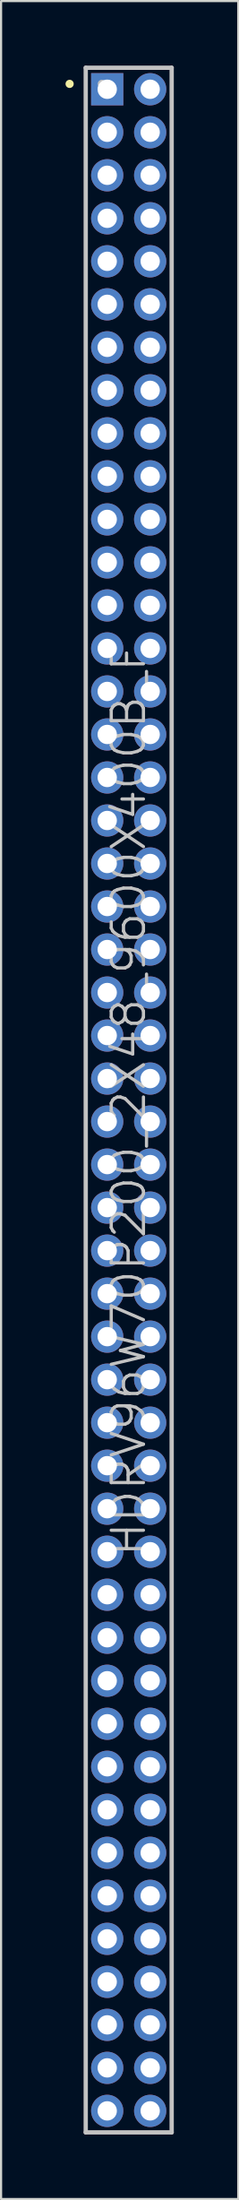
<source format=kicad_pcb>
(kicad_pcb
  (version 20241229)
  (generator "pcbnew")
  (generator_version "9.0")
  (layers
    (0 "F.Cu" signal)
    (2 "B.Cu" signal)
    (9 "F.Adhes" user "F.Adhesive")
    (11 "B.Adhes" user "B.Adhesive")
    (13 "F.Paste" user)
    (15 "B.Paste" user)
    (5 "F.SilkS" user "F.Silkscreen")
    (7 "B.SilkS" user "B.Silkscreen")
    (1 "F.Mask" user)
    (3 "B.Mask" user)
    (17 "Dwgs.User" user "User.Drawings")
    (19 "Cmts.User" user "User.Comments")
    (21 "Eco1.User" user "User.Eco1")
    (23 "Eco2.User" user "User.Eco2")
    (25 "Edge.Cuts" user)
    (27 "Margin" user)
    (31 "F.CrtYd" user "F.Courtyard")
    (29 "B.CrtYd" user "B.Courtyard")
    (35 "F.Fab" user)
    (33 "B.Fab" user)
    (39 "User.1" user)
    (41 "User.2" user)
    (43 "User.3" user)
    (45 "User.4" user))
  (footprint "HDRV96W70P200_2X48_9600X400B_F"
    (layer "F.Cu")
    (at 2.941 48.1)
    (property "Reference" "HDRV96W70P200_2X48_9600X400B_F" (at 0 0 90) (layer "Dwgs.User") (effects (font (size 1.5 1.5) (thickness 0.15))))
    (attr through_hole)
    (fp_line (start -2.75 -47.25) (end -2.75 -47.25) (stroke (width 0.381) (type solid)) (layer "F.SilkS"))
    (fp_line (start -2 -48) (end -2 48) (stroke (width 0.2) (type solid)) (layer "Dwgs.User"))
    (fp_line (start -2 -48) (end 2 -48) (stroke (width 0.2) (type solid)) (layer "Dwgs.User"))
    (fp_line (start -2 48) (end 2 48) (stroke (width 0.2) (type solid)) (layer "Dwgs.User"))
    (fp_line (start -1.25 -47.25) (end -1.25 -47.25) (stroke (width 0.381) (type solid)) (layer "Dwgs.User"))
    (fp_line (start 2 -48) (end 2 48) (stroke (width 0.2) (type solid)) (layer "Dwgs.User"))
    (pad "1" thru_hole rect (at -1 -47) (size 1.5 1.5) (drill 0.9) (layers "*.Cu" "*.Mask"))
    (pad "2" thru_hole circle (at 1 -47 270) (size 1.5 1.5) (drill 0.9) (layers "*.Cu" "*.Mask"))
    (pad "3" thru_hole circle (at -1 -45 270) (size 1.5 1.5) (drill 0.9) (layers "*.Cu" "*.Mask"))
    (pad "4" thru_hole circle (at 1 -45 270) (size 1.5 1.5) (drill 0.9) (layers "*.Cu" "*.Mask"))
    (pad "5" thru_hole circle (at -1 -43 270) (size 1.5 1.5) (drill 0.9) (layers "*.Cu" "*.Mask"))
    (pad "6" thru_hole circle (at 1 -43 270) (size 1.5 1.5) (drill 0.9) (layers "*.Cu" "*.Mask"))
    (pad "7" thru_hole circle (at -1 -41 270) (size 1.5 1.5) (drill 0.9) (layers "*.Cu" "*.Mask"))
    (pad "8" thru_hole circle (at 1 -41 270) (size 1.5 1.5) (drill 0.9) (layers "*.Cu" "*.Mask"))
    (pad "9" thru_hole circle (at -1 -39 270) (size 1.5 1.5) (drill 0.9) (layers "*.Cu" "*.Mask"))
    (pad "10" thru_hole circle (at 1 -39 270) (size 1.5 1.5) (drill 0.9) (layers "*.Cu" "*.Mask"))
    (pad "11" thru_hole circle (at -1 -37 270) (size 1.5 1.5) (drill 0.9) (layers "*.Cu" "*.Mask"))
    (pad "12" thru_hole circle (at 1 -37 270) (size 1.5 1.5) (drill 0.9) (layers "*.Cu" "*.Mask"))
    (pad "13" thru_hole circle (at -1 -35 270) (size 1.5 1.5) (drill 0.9) (layers "*.Cu" "*.Mask"))
    (pad "14" thru_hole circle (at 1 -35 270) (size 1.5 1.5) (drill 0.9) (layers "*.Cu" "*.Mask"))
    (pad "15" thru_hole circle (at -1 -33 270) (size 1.5 1.5) (drill 0.9) (layers "*.Cu" "*.Mask"))
    (pad "16" thru_hole circle (at 1 -33 270) (size 1.5 1.5) (drill 0.9) (layers "*.Cu" "*.Mask"))
    (pad "17" thru_hole circle (at -1 -31 270) (size 1.5 1.5) (drill 0.9) (layers "*.Cu" "*.Mask"))
    (pad "18" thru_hole circle (at 1 -31 270) (size 1.5 1.5) (drill 0.9) (layers "*.Cu" "*.Mask"))
    (pad "19" thru_hole circle (at -1 -29 270) (size 1.5 1.5) (drill 0.9) (layers "*.Cu" "*.Mask"))
    (pad "20" thru_hole circle (at 1 -29 270) (size 1.5 1.5) (drill 0.9) (layers "*.Cu" "*.Mask"))
    (pad "21" thru_hole circle (at -1 -27 270) (size 1.5 1.5) (drill 0.9) (layers "*.Cu" "*.Mask"))
    (pad "22" thru_hole circle (at 1 -27 270) (size 1.5 1.5) (drill 0.9) (layers "*.Cu" "*.Mask"))
    (pad "23" thru_hole circle (at -1 -25 270) (size 1.5 1.5) (drill 0.9) (layers "*.Cu" "*.Mask"))
    (pad "24" thru_hole circle (at 1 -25 270) (size 1.5 1.5) (drill 0.9) (layers "*.Cu" "*.Mask"))
    (pad "25" thru_hole circle (at -1 -23 270) (size 1.5 1.5) (drill 0.9) (layers "*.Cu" "*.Mask"))
    (pad "26" thru_hole circle (at 1 -23 270) (size 1.5 1.5) (drill 0.9) (layers "*.Cu" "*.Mask"))
    (pad "27" thru_hole circle (at -1 -21 270) (size 1.5 1.5) (drill 0.9) (layers "*.Cu" "*.Mask"))
    (pad "28" thru_hole circle (at 1 -21 270) (size 1.5 1.5) (drill 0.9) (layers "*.Cu" "*.Mask"))
    (pad "29" thru_hole circle (at -1 -19 270) (size 1.5 1.5) (drill 0.9) (layers "*.Cu" "*.Mask"))
    (pad "30" thru_hole circle (at 1 -19 270) (size 1.5 1.5) (drill 0.9) (layers "*.Cu" "*.Mask"))
    (pad "31" thru_hole circle (at -1 -17 270) (size 1.5 1.5) (drill 0.9) (layers "*.Cu" "*.Mask"))
    (pad "32" thru_hole circle (at 1 -17 270) (size 1.5 1.5) (drill 0.9) (layers "*.Cu" "*.Mask"))
    (pad "33" thru_hole circle (at -1 -15 270) (size 1.5 1.5) (drill 0.9) (layers "*.Cu" "*.Mask"))
    (pad "34" thru_hole circle (at 1 -15 270) (size 1.5 1.5) (drill 0.9) (layers "*.Cu" "*.Mask"))
    (pad "35" thru_hole circle (at -1 -13 270) (size 1.5 1.5) (drill 0.9) (layers "*.Cu" "*.Mask"))
    (pad "36" thru_hole circle (at 1 -13 270) (size 1.5 1.5) (drill 0.9) (layers "*.Cu" "*.Mask"))
    (pad "37" thru_hole circle (at -1 -11 270) (size 1.5 1.5) (drill 0.9) (layers "*.Cu" "*.Mask"))
    (pad "38" thru_hole circle (at 1 -11 270) (size 1.5 1.5) (drill 0.9) (layers "*.Cu" "*.Mask"))
    (pad "39" thru_hole circle (at -1 -9 270) (size 1.5 1.5) (drill 0.9) (layers "*.Cu" "*.Mask"))
    (pad "40" thru_hole circle (at 1 -9 270) (size 1.5 1.5) (drill 0.9) (layers "*.Cu" "*.Mask"))
    (pad "41" thru_hole circle (at -1 -7 270) (size 1.5 1.5) (drill 0.9) (layers "*.Cu" "*.Mask"))
    (pad "42" thru_hole circle (at 1 -7 270) (size 1.5 1.5) (drill 0.9) (layers "*.Cu" "*.Mask"))
    (pad "43" thru_hole circle (at -1 -5 270) (size 1.5 1.5) (drill 0.9) (layers "*.Cu" "*.Mask"))
    (pad "44" thru_hole circle (at 1 -5 270) (size 1.5 1.5) (drill 0.9) (layers "*.Cu" "*.Mask"))
    (pad "45" thru_hole circle (at -1 -3 270) (size 1.5 1.5) (drill 0.9) (layers "*.Cu" "*.Mask"))
    (pad "46" thru_hole circle (at 1 -3 270) (size 1.5 1.5) (drill 0.9) (layers "*.Cu" "*.Mask"))
    (pad "47" thru_hole circle (at -1 -1 270) (size 1.5 1.5) (drill 0.9) (layers "*.Cu" "*.Mask"))
    (pad "48" thru_hole circle (at 1 -1 270) (size 1.5 1.5) (drill 0.9) (layers "*.Cu" "*.Mask"))
    (pad "49" thru_hole circle (at -1 1 270) (size 1.5 1.5) (drill 0.9) (layers "*.Cu" "*.Mask"))
    (pad "50" thru_hole circle (at 1 1 270) (size 1.5 1.5) (drill 0.9) (layers "*.Cu" "*.Mask"))
    (pad "51" thru_hole circle (at -1 3 270) (size 1.5 1.5) (drill 0.9) (layers "*.Cu" "*.Mask"))
    (pad "52" thru_hole circle (at 1 3 270) (size 1.5 1.5) (drill 0.9) (layers "*.Cu" "*.Mask"))
    (pad "53" thru_hole circle (at -1 5 270) (size 1.5 1.5) (drill 0.9) (layers "*.Cu" "*.Mask"))
    (pad "54" thru_hole circle (at 1 5 270) (size 1.5 1.5) (drill 0.9) (layers "*.Cu" "*.Mask"))
    (pad "55" thru_hole circle (at -1 7 270) (size 1.5 1.5) (drill 0.9) (layers "*.Cu" "*.Mask"))
    (pad "56" thru_hole circle (at 1 7 270) (size 1.5 1.5) (drill 0.9) (layers "*.Cu" "*.Mask"))
    (pad "57" thru_hole circle (at -1 9 270) (size 1.5 1.5) (drill 0.9) (layers "*.Cu" "*.Mask"))
    (pad "58" thru_hole circle (at 1 9 270) (size 1.5 1.5) (drill 0.9) (layers "*.Cu" "*.Mask"))
    (pad "59" thru_hole circle (at -1 11 270) (size 1.5 1.5) (drill 0.9) (layers "*.Cu" "*.Mask"))
    (pad "60" thru_hole circle (at 1 11 270) (size 1.5 1.5) (drill 0.9) (layers "*.Cu" "*.Mask"))
    (pad "61" thru_hole circle (at -1 13 270) (size 1.5 1.5) (drill 0.9) (layers "*.Cu" "*.Mask"))
    (pad "62" thru_hole circle (at 1 13 270) (size 1.5 1.5) (drill 0.9) (layers "*.Cu" "*.Mask"))
    (pad "63" thru_hole circle (at -1 15 270) (size 1.5 1.5) (drill 0.9) (layers "*.Cu" "*.Mask"))
    (pad "64" thru_hole circle (at 1 15 270) (size 1.5 1.5) (drill 0.9) (layers "*.Cu" "*.Mask"))
    (pad "65" thru_hole circle (at -1 17 270) (size 1.5 1.5) (drill 0.9) (layers "*.Cu" "*.Mask"))
    (pad "66" thru_hole circle (at 1 17 270) (size 1.5 1.5) (drill 0.9) (layers "*.Cu" "*.Mask"))
    (pad "67" thru_hole circle (at -1 19 270) (size 1.5 1.5) (drill 0.9) (layers "*.Cu" "*.Mask"))
    (pad "68" thru_hole circle (at 1 19 270) (size 1.5 1.5) (drill 0.9) (layers "*.Cu" "*.Mask"))
    (pad "69" thru_hole circle (at -1 21 270) (size 1.5 1.5) (drill 0.9) (layers "*.Cu" "*.Mask"))
    (pad "70" thru_hole circle (at 1 21 270) (size 1.5 1.5) (drill 0.9) (layers "*.Cu" "*.Mask"))
    (pad "71" thru_hole circle (at -1 23 270) (size 1.5 1.5) (drill 0.9) (layers "*.Cu" "*.Mask"))
    (pad "72" thru_hole circle (at 1 23 270) (size 1.5 1.5) (drill 0.9) (layers "*.Cu" "*.Mask"))
    (pad "73" thru_hole circle (at -1 25 270) (size 1.5 1.5) (drill 0.9) (layers "*.Cu" "*.Mask"))
    (pad "74" thru_hole circle (at 1 25 270) (size 1.5 1.5) (drill 0.9) (layers "*.Cu" "*.Mask"))
    (pad "75" thru_hole circle (at -1 27 270) (size 1.5 1.5) (drill 0.9) (layers "*.Cu" "*.Mask"))
    (pad "76" thru_hole circle (at 1 27 270) (size 1.5 1.5) (drill 0.9) (layers "*.Cu" "*.Mask"))
    (pad "77" thru_hole circle (at -1 29 270) (size 1.5 1.5) (drill 0.9) (layers "*.Cu" "*.Mask"))
    (pad "78" thru_hole circle (at 1 29 270) (size 1.5 1.5) (drill 0.9) (layers "*.Cu" "*.Mask"))
    (pad "79" thru_hole circle (at -1 31 270) (size 1.5 1.5) (drill 0.9) (layers "*.Cu" "*.Mask"))
    (pad "80" thru_hole circle (at 1 31 270) (size 1.5 1.5) (drill 0.9) (layers "*.Cu" "*.Mask"))
    (pad "81" thru_hole circle (at -1 33 270) (size 1.5 1.5) (drill 0.9) (layers "*.Cu" "*.Mask"))
    (pad "82" thru_hole circle (at 1 33 270) (size 1.5 1.5) (drill 0.9) (layers "*.Cu" "*.Mask"))
    (pad "83" thru_hole circle (at -1 35 270) (size 1.5 1.5) (drill 0.9) (layers "*.Cu" "*.Mask"))
    (pad "84" thru_hole circle (at 1 35 270) (size 1.5 1.5) (drill 0.9) (layers "*.Cu" "*.Mask"))
    (pad "85" thru_hole circle (at -1 37 270) (size 1.5 1.5) (drill 0.9) (layers "*.Cu" "*.Mask"))
    (pad "86" thru_hole circle (at 1 37 270) (size 1.5 1.5) (drill 0.9) (layers "*.Cu" "*.Mask"))
    (pad "87" thru_hole circle (at -1 39 270) (size 1.5 1.5) (drill 0.9) (layers "*.Cu" "*.Mask"))
    (pad "88" thru_hole circle (at 1 39 270) (size 1.5 1.5) (drill 0.9) (layers "*.Cu" "*.Mask"))
    (pad "89" thru_hole circle (at -1 41 270) (size 1.5 1.5) (drill 0.9) (layers "*.Cu" "*.Mask"))
    (pad "90" thru_hole circle (at 1 41 270) (size 1.5 1.5) (drill 0.9) (layers "*.Cu" "*.Mask"))
    (pad "91" thru_hole circle (at -1 43 270) (size 1.5 1.5) (drill 0.9) (layers "*.Cu" "*.Mask"))
    (pad "92" thru_hole circle (at 1 43 270) (size 1.5 1.5) (drill 0.9) (layers "*.Cu" "*.Mask"))
    (pad "93" thru_hole circle (at -1 45 270) (size 1.5 1.5) (drill 0.9) (layers "*.Cu" "*.Mask"))
    (pad "94" thru_hole circle (at 1 45 270) (size 1.5 1.5) (drill 0.9) (layers "*.Cu" "*.Mask"))
    (pad "95" thru_hole circle (at -1 47 270) (size 1.5 1.5) (drill 0.9) (layers "*.Cu" "*.Mask"))
    (pad "96" thru_hole circle (at 1 47 270) (size 1.5 1.5) (drill 0.9) (layers "*.Cu" "*.Mask")))
  (gr_rect
    (start -3 -3)
    (end 8.04 99.2)
    (stroke (width 0.1) (type default))
    (fill no)
    (layer "Edge.Cuts")))
</source>
